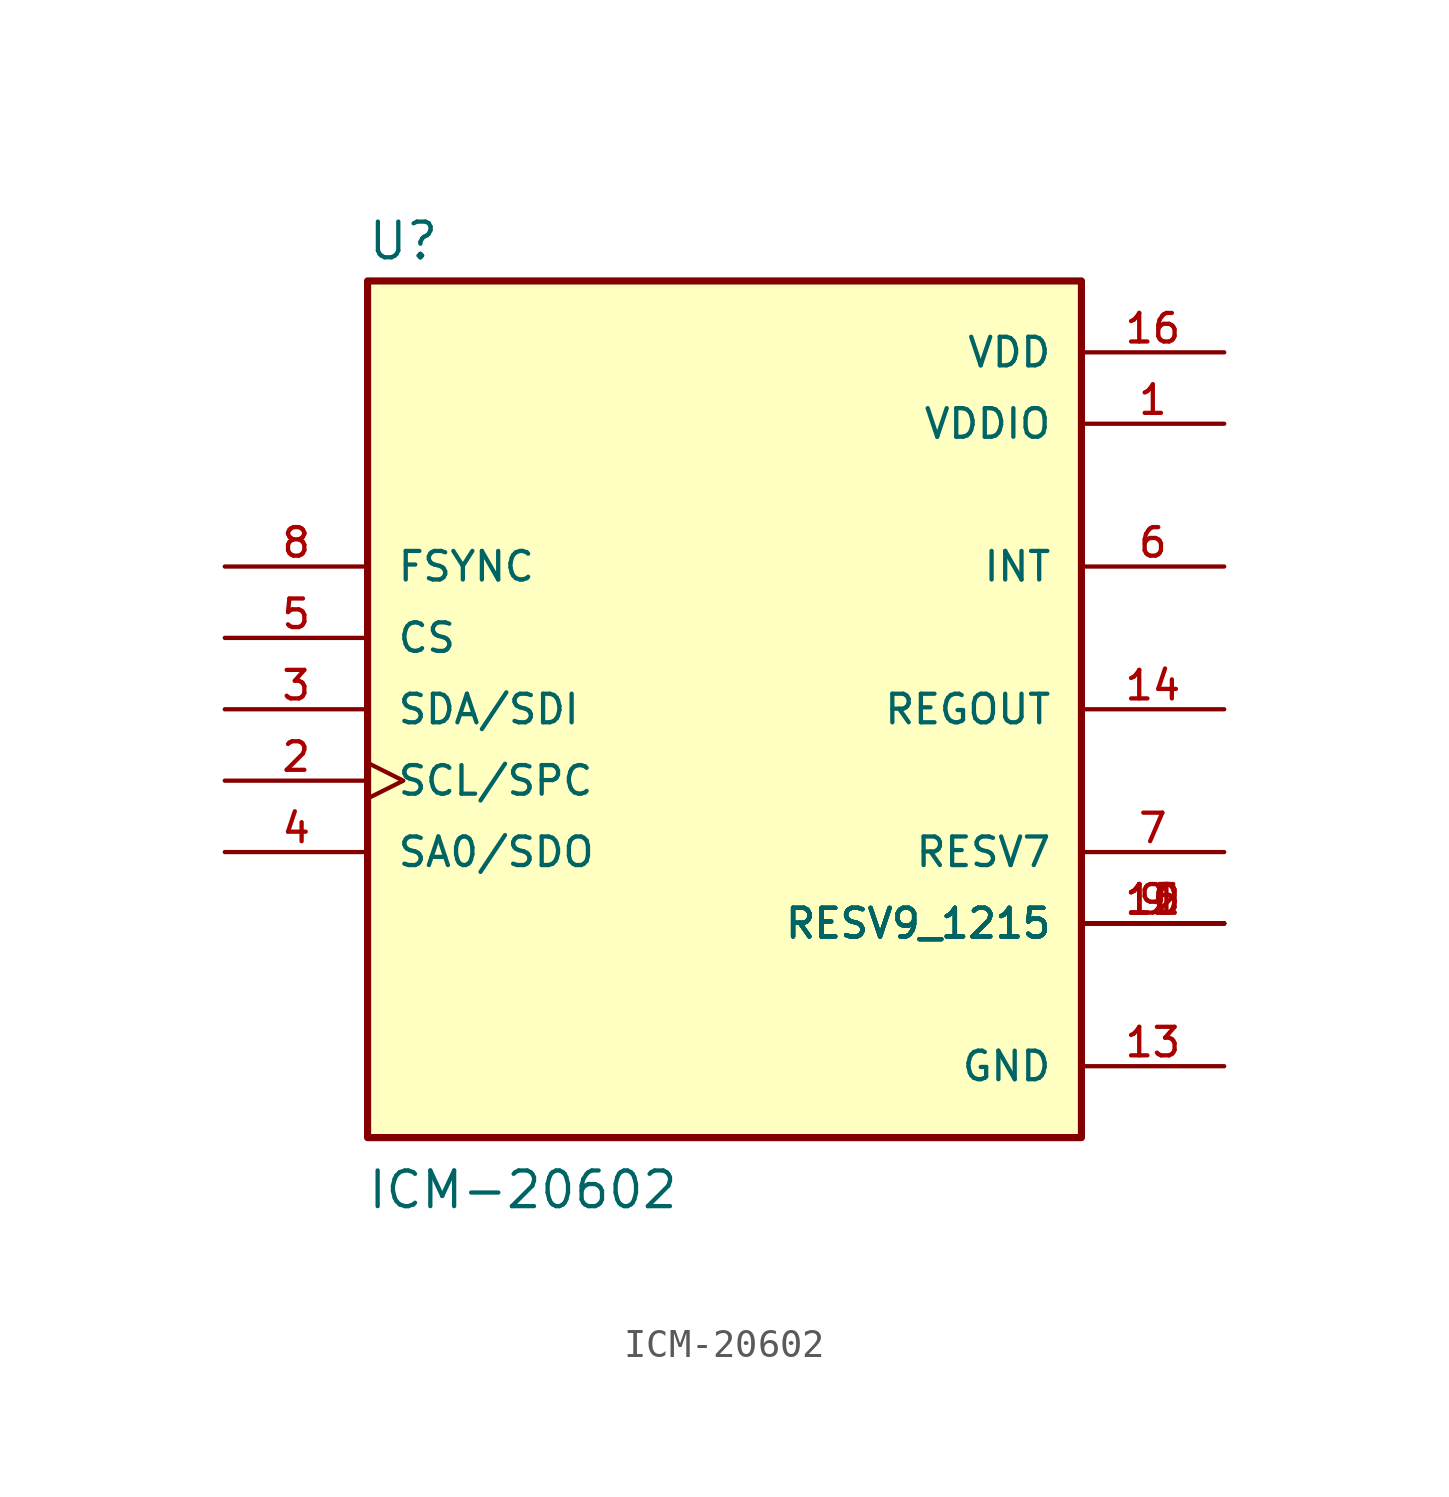
<source format=kicad_sym>
(kicad_symbol_lib
  (version 20211014)
  (generator kicad_symbol_editor)
  (symbol "ICM-20602"
    (pin_names
      (offset 1.016))
    (property "Reference" "U"
      (at -12.735 15.919 0)
      (effects (font (size 1.27 1.27)) (justify bottom left)))
    (property "Value" "ICM-20602"
      (at -12.744 -17.842 0)
      (effects (font (size 1.27 1.27)) (justify bottom left)))
    (symbol "ICM-20602_0_0"
      (rectangle (start -12.7 -15.24) (end 12.7 15.24) (stroke (width 0.254)) (fill (type background)))
      (pin power_in line (at 17.78 10.16 180.0) (length 5.08) (name "VDDIO" (effects (font (size 1.016 1.016)))) (number "1" (effects (font (size 1.016 1.016)))))
      (pin bidirectional clock (at -17.78 -2.54 0) (length 5.08) (name "SCL/SPC" (effects (font (size 1.016 1.016)))) (number "2" (effects (font (size 1.016 1.016)))))
      (pin input line (at -17.78 0.0 0) (length 5.08) (name "SDA/SDI" (effects (font (size 1.016 1.016)))) (number "3" (effects (font (size 1.016 1.016)))))
      (pin output line (at -17.78 -5.08 0) (length 5.08) (name "SA0/SDO" (effects (font (size 1.016 1.016)))) (number "4" (effects (font (size 1.016 1.016)))))
      (pin input line (at -17.78 2.54 0) (length 5.08) (name "CS" (effects (font (size 1.016 1.016)))) (number "5" (effects (font (size 1.016 1.016)))))
      (pin output line (at 17.78 5.08 180.0) (length 5.08) (name "INT" (effects (font (size 1.016 1.016)))) (number "6" (effects (font (size 1.016 1.016)))))
      (pin passive line (at 17.78 -5.08 180.0) (length 5.08) (name "RESV7" (effects (font (size 1.016 1.016)))) (number "7" (effects (font (size 1.016 1.016)))))
      (pin input line (at -17.78 5.08 0) (length 5.08) (name "FSYNC" (effects (font (size 1.016 1.016)))) (number "8" (effects (font (size 1.016 1.016)))))
      (pin power_in line (at 17.78 -12.7 180.0) (length 5.08) (name "GND" (effects (font (size 1.016 1.016)))) (number "13" (effects (font (size 1.016 1.016)))))
      (pin passive line (at 17.78 0.0 180.0) (length 5.08) (name "REGOUT" (effects (font (size 1.016 1.016)))) (number "14" (effects (font (size 1.016 1.016)))))
      (pin power_in line (at 17.78 12.7 180.0) (length 5.08) (name "VDD" (effects (font (size 1.016 1.016)))) (number "16" (effects (font (size 1.016 1.016)))))
      (pin passive line (at 17.78 -7.62 180.0) (length 5.08) (name "RESV9_1215" (effects (font (size 1.016 1.016)))) (number "9" (effects (font (size 1.016 1.016)))))
      (pin passive line (at 17.78 -7.62 180.0) (length 5.08) (name "RESV9_1215" (effects (font (size 1.016 1.016)))) (number "10" (effects (font (size 1.016 1.016)))))
      (pin passive line (at 17.78 -7.62 180.0) (length 5.08) (name "RESV9_1215" (effects (font (size 1.016 1.016)))) (number "11" (effects (font (size 1.016 1.016)))))
      (pin passive line (at 17.78 -7.62 180.0) (length 5.08) (name "RESV9_1215" (effects (font (size 1.016 1.016)))) (number "12" (effects (font (size 1.016 1.016)))))
      (pin passive line (at 17.78 -7.62 180.0) (length 5.08) (name "RESV9_1215" (effects (font (size 1.016 1.016)))) (number "15" (effects (font (size 1.016 1.016))))))))
</source>
